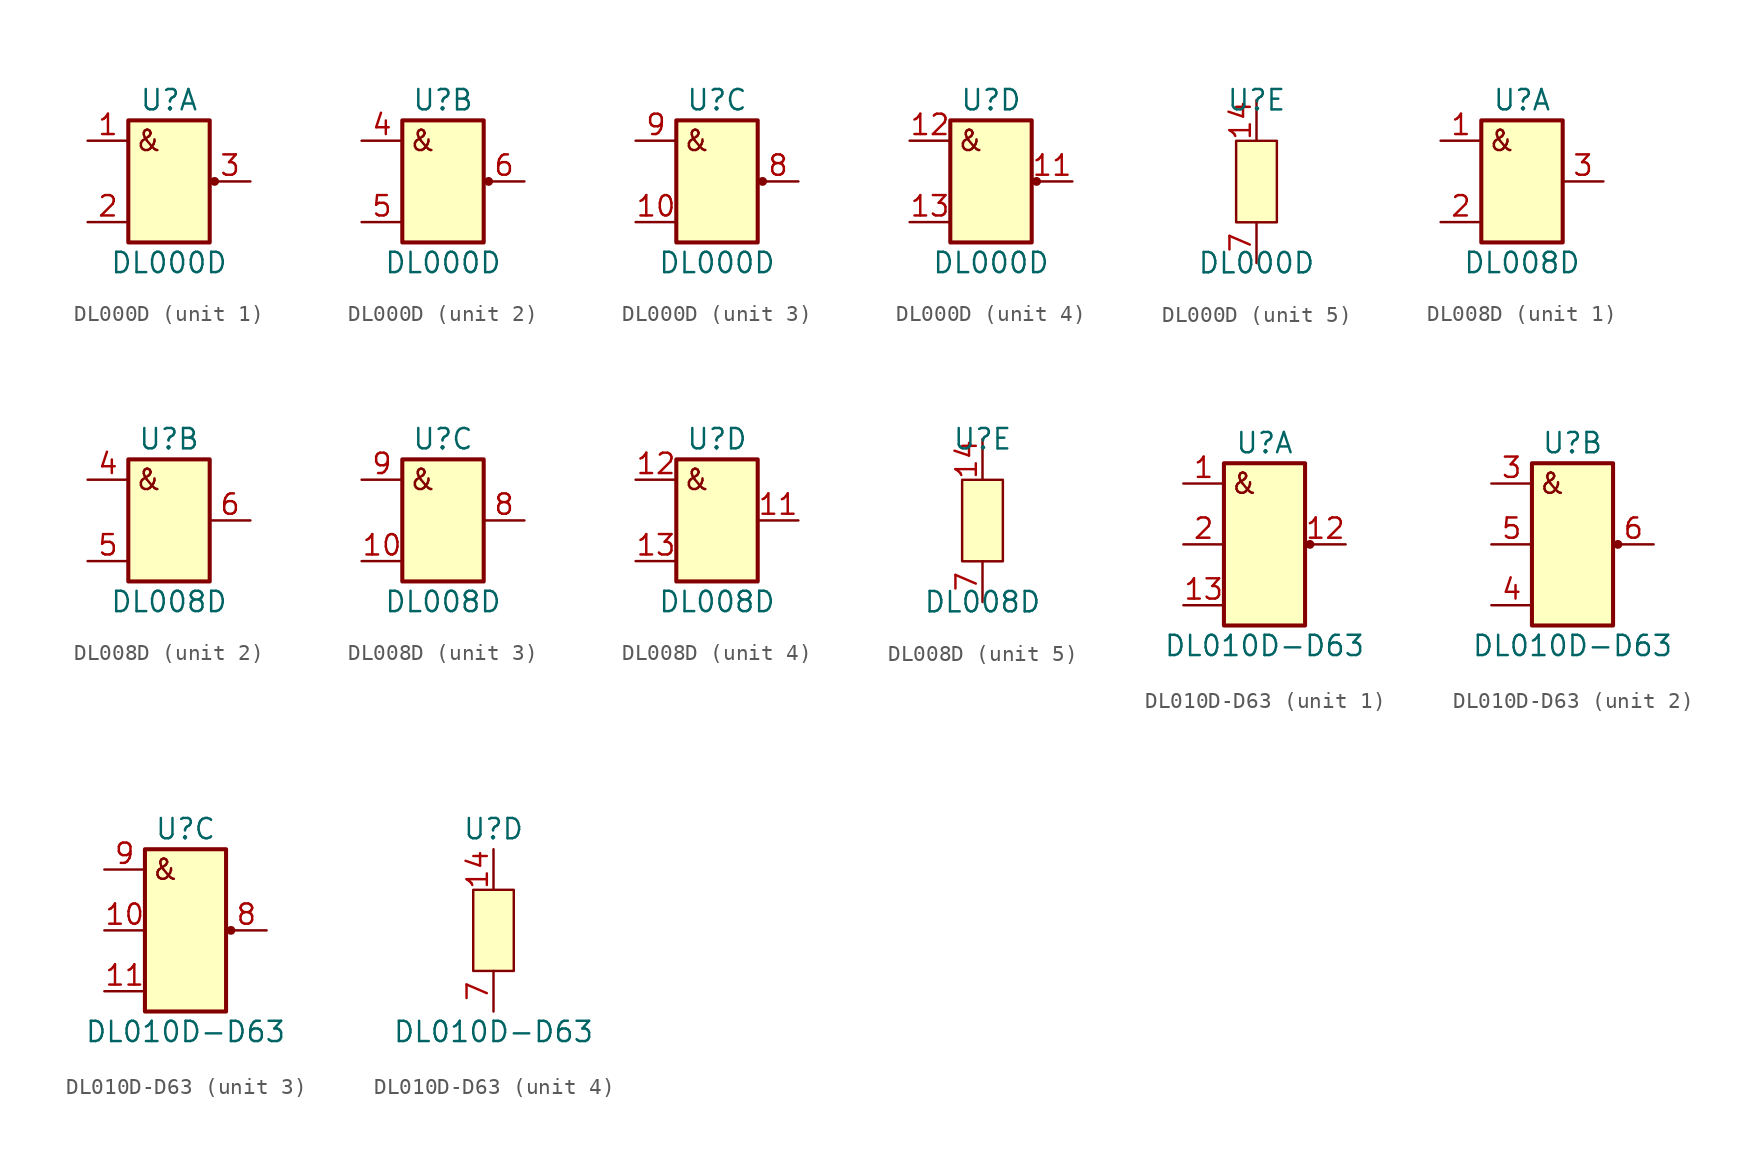
<source format=kicad_sym>
(kicad_symbol_lib
  (version 20211014)
  (generator kicad_symbol_editor)
  (symbol "DL000D"
    (pin_names
      (offset 1.016) hide)
    (property "Reference" "U"
      (at 0 5.08 0)
      (effects (font (size 1.27 1.27))))
    (property "Value" "DL000D"
      (at 0 -5.08 0)
      (effects (font (size 1.27 1.27))))
    (property "ki_locked" ""
      (at 0 0 0)
      (effects (font (size 1.27 1.27))))
    (symbol "DL000D_1_0"
      (pin output line (at 5.08 0 180) (length 2.54) (name "Y1" (effects (font (size 1.27 1.27)))) (number "3" (effects (font (size 1.27 1.27))))))
    (symbol "DL000D_1_1"
      (rectangle (start -2.54 3.81) (end 2.54 -3.81) (stroke (width 0.254) (type default) (color 0 0 0 0)) (fill (type background)))
      (circle (center 2.845 0) (radius 0.203) (stroke (width 0) (type default) (color 0 0 0 0)) (fill (type outline)))
      (text "&" (at -1.27 2.54 0) (effects (font (size 1.27 1.27))))
      (pin input line (at -5.08 2.54 0) (length 2.54) (name "A1" (effects (font (size 1.27 1.27)))) (number "1" (effects (font (size 1.27 1.27)))))
      (pin input line (at -5.08 -2.54 0) (length 2.54) (name "B1" (effects (font (size 1.27 1.27)))) (number "2" (effects (font (size 1.27 1.27))))))
    (symbol "DL000D_2_0"
      (pin input line (at -5.08 2.54 0) (length 2.54) (name "A2" (effects (font (size 1.27 1.27)))) (number "4" (effects (font (size 1.27 1.27)))))
      (pin input line (at -5.08 -2.54 0) (length 2.54) (name "B2" (effects (font (size 1.27 1.27)))) (number "5" (effects (font (size 1.27 1.27)))))
      (pin output line (at 5.08 0 180) (length 2.54) (name "Y2" (effects (font (size 1.27 1.27)))) (number "6" (effects (font (size 1.27 1.27))))))
    (symbol "DL000D_2_1"
      (rectangle (start -2.54 3.81) (end 2.54 -3.81) (stroke (width 0.254) (type default) (color 0 0 0 0)) (fill (type background)))
      (circle (center 2.845 0) (radius 0.203) (stroke (width 0) (type default) (color 0 0 0 0)) (fill (type outline)))
      (text "&" (at -1.27 2.54 0) (effects (font (size 1.27 1.27)))))
    (symbol "DL000D_3_0"
      (pin output line (at 5.08 0 180) (length 2.54) (name "Y3" (effects (font (size 1.27 1.27)))) (number "8" (effects (font (size 1.27 1.27))))))
    (symbol "DL000D_3_1"
      (rectangle (start -2.54 3.81) (end 2.54 -3.81) (stroke (width 0.254) (type default) (color 0 0 0 0)) (fill (type background)))
      (circle (center 2.845 0) (radius 0.203) (stroke (width 0) (type default) (color 0 0 0 0)) (fill (type outline)))
      (text "&" (at -1.27 2.54 0) (effects (font (size 1.27 1.27))))
      (pin input line (at -5.08 -2.54 0) (length 2.54) (name "B3" (effects (font (size 1.27 1.27)))) (number "10" (effects (font (size 1.27 1.27)))))
      (pin input line (at -5.08 2.54 0) (length 2.54) (name "A3" (effects (font (size 1.27 1.27)))) (number "9" (effects (font (size 1.27 1.27))))))
    (symbol "DL000D_4_0"
      (pin output line (at 5.08 0 180) (length 2.54) (name "Y4" (effects (font (size 1.27 1.27)))) (number "11" (effects (font (size 1.27 1.27))))))
    (symbol "DL000D_4_1"
      (rectangle (start -2.54 3.81) (end 2.54 -3.81) (stroke (width 0.254) (type default) (color 0 0 0 0)) (fill (type background)))
      (circle (center 2.845 0) (radius 0.203) (stroke (width 0) (type default) (color 0 0 0 0)) (fill (type outline)))
      (text "&" (at -1.27 2.54 0) (effects (font (size 1.27 1.27))))
      (pin input line (at -5.08 2.54 0) (length 2.54) (name "A4" (effects (font (size 1.27 1.27)))) (number "12" (effects (font (size 1.27 1.27)))))
      (pin input line (at -5.08 -2.54 0) (length 2.54) (name "B4" (effects (font (size 1.27 1.27)))) (number "13" (effects (font (size 1.27 1.27))))))
    (symbol "DL000D_5_1"
      (rectangle (start -1.27 2.54) (end 1.27 -2.54) (stroke (width 0) (type default) (color 0 0 0 0)) (fill (type background)))
      (pin power_in line (at 0 5.08 270) (length 2.54) (name "Vcc" (effects (font (size 1.27 1.27)))) (number "14" (effects (font (size 1.27 1.27)))))
      (pin power_in line (at 0 -5.08 90) (length 2.54) (name "GND" (effects (font (size 1.27 1.27)))) (number "7" (effects (font (size 1.27 1.27)))))))
  (symbol "DL008D"
    (pin_names
      (offset 1.016) hide)
    (property "Reference" "U"
      (at 0 5.08 0)
      (effects (font (size 1.27 1.27))))
    (property "Value" "DL008D"
      (at 0 -5.08 0)
      (effects (font (size 1.27 1.27))))
    (property "ki_locked" ""
      (at 0 0 0)
      (effects (font (size 1.27 1.27))))
    (symbol "DL008D_1_0"
      (pin output line (at 5.08 0 180) (length 2.54) (name "Y1" (effects (font (size 1.27 1.27)))) (number "3" (effects (font (size 1.27 1.27))))))
    (symbol "DL008D_1_1"
      (rectangle (start -2.54 3.81) (end 2.54 -3.81) (stroke (width 0.254) (type default) (color 0 0 0 0)) (fill (type background)))
      (text "&" (at -1.27 2.54 0) (effects (font (size 1.27 1.27))))
      (pin input line (at -5.08 2.54 0) (length 2.54) (name "A1" (effects (font (size 1.27 1.27)))) (number "1" (effects (font (size 1.27 1.27)))))
      (pin input line (at -5.08 -2.54 0) (length 2.54) (name "B1" (effects (font (size 1.27 1.27)))) (number "2" (effects (font (size 1.27 1.27))))))
    (symbol "DL008D_2_0"
      (pin input line (at -5.08 2.54 0) (length 2.54) (name "A2" (effects (font (size 1.27 1.27)))) (number "4" (effects (font (size 1.27 1.27)))))
      (pin input line (at -5.08 -2.54 0) (length 2.54) (name "B2" (effects (font (size 1.27 1.27)))) (number "5" (effects (font (size 1.27 1.27)))))
      (pin output line (at 5.08 0 180) (length 2.54) (name "Y2" (effects (font (size 1.27 1.27)))) (number "6" (effects (font (size 1.27 1.27))))))
    (symbol "DL008D_2_1"
      (rectangle (start -2.54 3.81) (end 2.54 -3.81) (stroke (width 0.254) (type default) (color 0 0 0 0)) (fill (type background)))
      (text "&" (at -1.27 2.54 0) (effects (font (size 1.27 1.27)))))
    (symbol "DL008D_3_0"
      (pin output line (at 5.08 0 180) (length 2.54) (name "Y3" (effects (font (size 1.27 1.27)))) (number "8" (effects (font (size 1.27 1.27))))))
    (symbol "DL008D_3_1"
      (rectangle (start -2.54 3.81) (end 2.54 -3.81) (stroke (width 0.254) (type default) (color 0 0 0 0)) (fill (type background)))
      (text "&" (at -1.27 2.54 0) (effects (font (size 1.27 1.27))))
      (pin input line (at -5.08 -2.54 0) (length 2.54) (name "B3" (effects (font (size 1.27 1.27)))) (number "10" (effects (font (size 1.27 1.27)))))
      (pin input line (at -5.08 2.54 0) (length 2.54) (name "A3" (effects (font (size 1.27 1.27)))) (number "9" (effects (font (size 1.27 1.27))))))
    (symbol "DL008D_4_0"
      (pin output line (at 5.08 0 180) (length 2.54) (name "Y4" (effects (font (size 1.27 1.27)))) (number "11" (effects (font (size 1.27 1.27))))))
    (symbol "DL008D_4_1"
      (rectangle (start -2.54 3.81) (end 2.54 -3.81) (stroke (width 0.254) (type default) (color 0 0 0 0)) (fill (type background)))
      (text "&" (at -1.27 2.54 0) (effects (font (size 1.27 1.27))))
      (pin input line (at -5.08 2.54 0) (length 2.54) (name "A4" (effects (font (size 1.27 1.27)))) (number "12" (effects (font (size 1.27 1.27)))))
      (pin input line (at -5.08 -2.54 0) (length 2.54) (name "B4" (effects (font (size 1.27 1.27)))) (number "13" (effects (font (size 1.27 1.27))))))
    (symbol "DL008D_5_1"
      (rectangle (start -1.27 2.54) (end 1.27 -2.54) (stroke (width 0) (type default) (color 0 0 0 0)) (fill (type background)))
      (pin power_in line (at 0 5.08 270) (length 2.54) (name "Vcc" (effects (font (size 1.27 1.27)))) (number "14" (effects (font (size 1.27 1.27)))))
      (pin power_in line (at 0 -5.08 90) (length 2.54) (name "GND" (effects (font (size 1.27 1.27)))) (number "7" (effects (font (size 1.27 1.27)))))))
  (symbol "DL010D-D63"
    (pin_names
      (offset 1.016) hide)
    (property "Reference" "U"
      (at 0 6.35 0)
      (effects (font (size 1.27 1.27))))
    (property "Value" "DL010D-D63"
      (at 0 -6.35 0)
      (effects (font (size 1.27 1.27))))
    (property "ki_locked" ""
      (at 0 0 0)
      (effects (font (size 1.27 1.27))))
    (symbol "DL010D-D63_1_0"
      (pin output line (at 5.08 0 180) (length 2.54) (name "Y1" (effects (font (size 1.27 1.27)))) (number "12" (effects (font (size 1.27 1.27))))))
    (symbol "DL010D-D63_1_1"
      (rectangle (start -2.54 5.08) (end 2.54 -5.08) (stroke (width 0.254) (type default) (color 0 0 0 0)) (fill (type background)))
      (circle (center 2.845 0) (radius 0.203) (stroke (width 0) (type default) (color 0 0 0 0)) (fill (type outline)))
      (text "&" (at -1.27 3.81 0) (effects (font (size 1.27 1.27))))
      (pin input line (at -5.08 3.81 0) (length 2.54) (name "A1" (effects (font (size 1.27 1.27)))) (number "1" (effects (font (size 1.27 1.27)))))
      (pin input line (at -5.08 -3.81 0) (length 2.54) (name "C1" (effects (font (size 1.27 1.27)))) (number "13" (effects (font (size 1.27 1.27)))))
      (pin input line (at -5.08 0 0) (length 2.54) (name "B1" (effects (font (size 1.27 1.27)))) (number "2" (effects (font (size 1.27 1.27))))))
    (symbol "DL010D-D63_2_1"
      (rectangle (start -2.54 5.08) (end 2.54 -5.08) (stroke (width 0.254) (type default) (color 0 0 0 0)) (fill (type background)))
      (circle (center 2.845 0) (radius 0.203) (stroke (width 0) (type default) (color 0 0 0 0)) (fill (type outline)))
      (text "&" (at -1.27 3.81 0) (effects (font (size 1.27 1.27))))
      (pin input line (at -5.08 3.81 0) (length 2.54) (name "A2" (effects (font (size 1.27 1.27)))) (number "3" (effects (font (size 1.27 1.27)))))
      (pin input line (at -5.08 -3.81 0) (length 2.54) (name "B2" (effects (font (size 1.27 1.27)))) (number "4" (effects (font (size 1.27 1.27)))))
      (pin input line (at -5.08 0 0) (length 2.54) (name "C2" (effects (font (size 1.27 1.27)))) (number "5" (effects (font (size 1.27 1.27)))))
      (pin output line (at 5.08 0 180) (length 2.54) (name "Y2" (effects (font (size 1.27 1.27)))) (number "6" (effects (font (size 1.27 1.27))))))
    (symbol "DL010D-D63_3_1"
      (rectangle (start -2.54 5.08) (end 2.54 -5.08) (stroke (width 0.254) (type default) (color 0 0 0 0)) (fill (type background)))
      (circle (center 2.845 0) (radius 0.203) (stroke (width 0) (type default) (color 0 0 0 0)) (fill (type outline)))
      (text "&" (at -1.27 3.81 0) (effects (font (size 1.27 1.27))))
      (pin input line (at -5.08 0 0) (length 2.54) (name "B3" (effects (font (size 1.27 1.27)))) (number "10" (effects (font (size 1.27 1.27)))))
      (pin input line (at -5.08 -3.81 0) (length 2.54) (name "C3" (effects (font (size 1.27 1.27)))) (number "11" (effects (font (size 1.27 1.27)))))
      (pin output line (at 5.08 0 180) (length 2.54) (name "Y3" (effects (font (size 1.27 1.27)))) (number "8" (effects (font (size 1.27 1.27)))))
      (pin input line (at -5.08 3.81 0) (length 2.54) (name "A3" (effects (font (size 1.27 1.27)))) (number "9" (effects (font (size 1.27 1.27))))))
    (symbol "DL010D-D63_4_1"
      (rectangle (start -1.27 2.54) (end 1.27 -2.54) (stroke (width 0) (type default) (color 0 0 0 0)) (fill (type background)))
      (pin power_in line (at 0 5.08 270) (length 2.54) (name "Vcc" (effects (font (size 1.27 1.27)))) (number "14" (effects (font (size 1.27 1.27)))))
      (pin power_in line (at 0 -5.08 90) (length 2.54) (name "GND" (effects (font (size 1.27 1.27)))) (number "7" (effects (font (size 1.27 1.27))))))))
</source>
